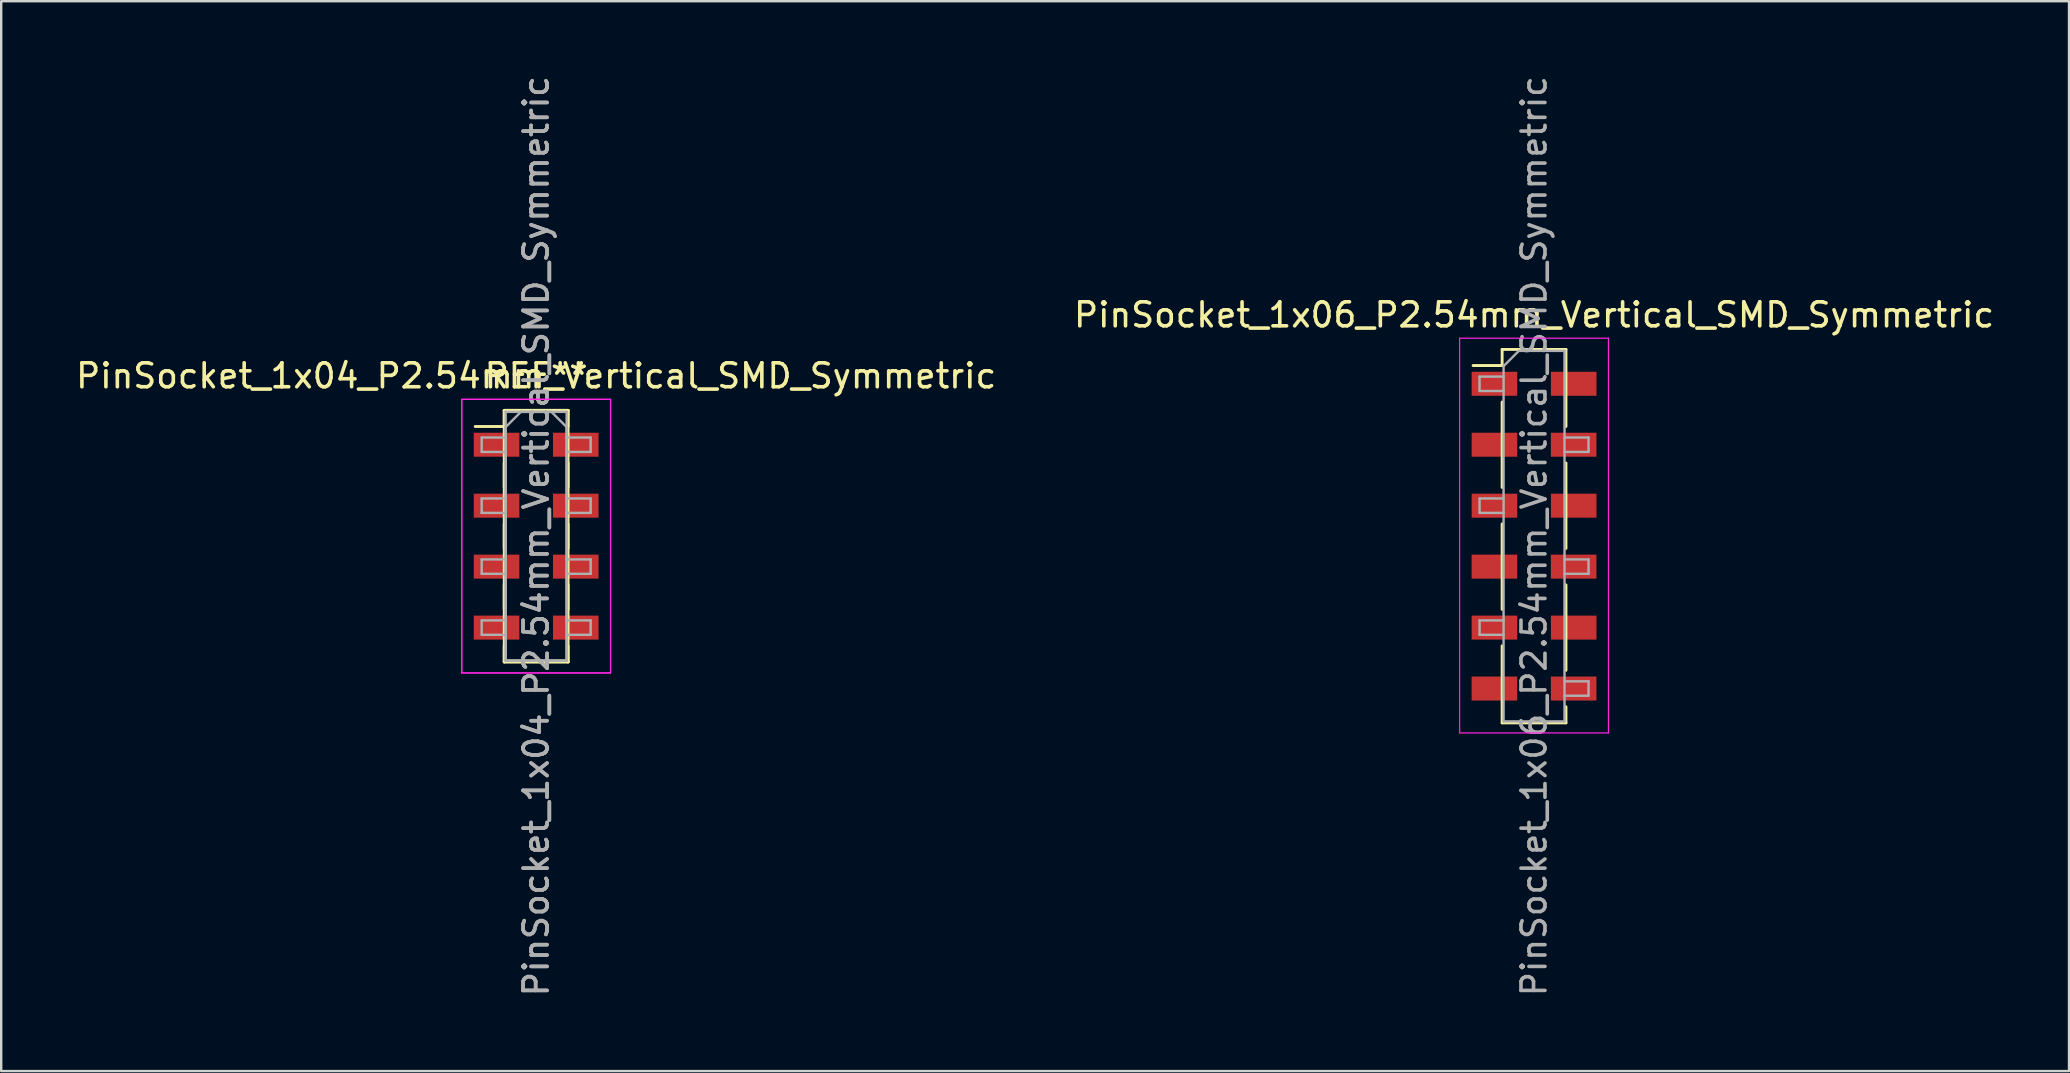
<source format=kicad_pcb>
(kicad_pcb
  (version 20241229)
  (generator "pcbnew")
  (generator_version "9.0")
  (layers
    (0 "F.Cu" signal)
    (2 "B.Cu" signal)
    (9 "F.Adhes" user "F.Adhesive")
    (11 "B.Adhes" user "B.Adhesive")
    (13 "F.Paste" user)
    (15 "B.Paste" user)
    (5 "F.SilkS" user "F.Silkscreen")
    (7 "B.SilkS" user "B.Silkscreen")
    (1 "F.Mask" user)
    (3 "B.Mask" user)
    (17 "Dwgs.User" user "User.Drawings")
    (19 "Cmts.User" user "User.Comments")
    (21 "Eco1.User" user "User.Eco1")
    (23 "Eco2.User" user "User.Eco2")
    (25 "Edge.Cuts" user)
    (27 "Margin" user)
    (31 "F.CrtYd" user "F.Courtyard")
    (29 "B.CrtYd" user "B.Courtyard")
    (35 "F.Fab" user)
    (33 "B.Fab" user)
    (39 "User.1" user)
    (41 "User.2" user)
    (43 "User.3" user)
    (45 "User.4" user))
  (footprint "PinSocket_1x04_P2.54mm_Vertical_SMD_Symmetric"
    (layer "F.Cu")
    (at 19.292 19.292)
    (property "Reference" "PinSocket_1x04_P2.54mm_Vertical_SMD_Symmetric" (at 0 -6.68 0) (layer "F.SilkS") (effects (font (size 1 1) (thickness 0.15))))
    (attr smd)
    (fp_line (start -2.54 -4.57) (end -1.33 -4.57) (stroke (width 0.12) (type solid)) (layer "F.SilkS"))
    (fp_line (start -1.33 -5.24) (end -1.33 -4.57) (stroke (width 0.12) (type solid)) (layer "F.SilkS"))
    (fp_line (start -1.33 -5.24) (end -1.33 -2.03) (stroke (width 0.12) (type solid)) (layer "F.SilkS"))
    (fp_line (start -1.33 -5.24) (end 1.33 -5.24) (stroke (width 0.12) (type solid)) (layer "F.SilkS"))
    (fp_line (start -1.33 -5.24) (end 1.33 -5.24) (stroke (width 0.12) (type solid)) (layer "F.SilkS"))
    (fp_line (start -1.33 -3.05) (end -1.33 0.51) (stroke (width 0.12) (type solid)) (layer "F.SilkS"))
    (fp_line (start -1.33 -0.51) (end -1.33 3.05) (stroke (width 0.12) (type solid)) (layer "F.SilkS"))
    (fp_line (start -1.33 2.03) (end -1.33 5.24) (stroke (width 0.12) (type solid)) (layer "F.SilkS"))
    (fp_line (start -1.33 4.57) (end -1.33 5.24) (stroke (width 0.12) (type solid)) (layer "F.SilkS"))
    (fp_line (start -1.33 5.24) (end 1.33 5.24) (stroke (width 0.12) (type solid)) (layer "F.SilkS"))
    (fp_line (start -1.33 5.24) (end 1.33 5.24) (stroke (width 0.12) (type solid)) (layer "F.SilkS"))
    (fp_line (start 1.33 -5.24) (end 1.33 -4.57) (stroke (width 0.12) (type solid)) (layer "F.SilkS"))
    (fp_line (start 1.33 -5.24) (end 1.33 -2.03) (stroke (width 0.12) (type solid)) (layer "F.SilkS"))
    (fp_line (start 1.33 -3.05) (end 1.33 0.51) (stroke (width 0.12) (type solid)) (layer "F.SilkS"))
    (fp_line (start 1.33 -0.51) (end 1.33 3.05) (stroke (width 0.12) (type solid)) (layer "F.SilkS"))
    (fp_line (start 1.33 2.03) (end 1.33 5.24) (stroke (width 0.12) (type solid)) (layer "F.SilkS"))
    (fp_line (start 1.33 4.57) (end 1.33 5.24) (stroke (width 0.12) (type solid)) (layer "F.SilkS"))
    (fp_line (start -3.1 -5.7) (end 3.1 -5.7) (stroke (width 0.05) (type solid)) (layer "F.CrtYd"))
    (fp_line (start -3.1 -5.7) (end 3.1 -5.7) (stroke (width 0.05) (type solid)) (layer "F.CrtYd"))
    (fp_line (start -3.1 5.7) (end -3.1 -5.7) (stroke (width 0.05) (type solid)) (layer "F.CrtYd"))
    (fp_line (start -3.1 5.7) (end -3.1 -5.7) (stroke (width 0.05) (type solid)) (layer "F.CrtYd"))
    (fp_line (start 3.1 -5.7) (end 3.1 5.7) (stroke (width 0.05) (type solid)) (layer "F.CrtYd"))
    (fp_line (start 3.1 -5.7) (end 3.1 5.7) (stroke (width 0.05) (type solid)) (layer "F.CrtYd"))
    (fp_line (start 3.1 5.7) (end -3.1 5.7) (stroke (width 0.05) (type solid)) (layer "F.CrtYd"))
    (fp_line (start 3.1 5.7) (end -3.1 5.7) (stroke (width 0.05) (type solid)) (layer "F.CrtYd"))
    (fp_line (start -2.27 -4.11) (end -1.27 -4.11) (stroke (width 0.1) (type solid)) (layer "F.Fab"))
    (fp_line (start -2.27 -3.51) (end -2.27 -4.11) (stroke (width 0.1) (type solid)) (layer "F.Fab"))
    (fp_line (start -2.27 -1.57) (end -1.27 -1.57) (stroke (width 0.1) (type solid)) (layer "F.Fab"))
    (fp_line (start -2.27 -0.97) (end -2.27 -1.57) (stroke (width 0.1) (type solid)) (layer "F.Fab"))
    (fp_line (start -2.27 0.97) (end -1.27 0.97) (stroke (width 0.1) (type solid)) (layer "F.Fab"))
    (fp_line (start -2.27 1.57) (end -2.27 0.97) (stroke (width 0.1) (type solid)) (layer "F.Fab"))
    (fp_line (start -2.27 3.51) (end -1.27 3.51) (stroke (width 0.1) (type solid)) (layer "F.Fab"))
    (fp_line (start -2.27 4.11) (end -2.27 3.51) (stroke (width 0.1) (type solid)) (layer "F.Fab"))
    (fp_line (start -1.27 -5.18) (end 0.635 -5.18) (stroke (width 0.1) (type solid)) (layer "F.Fab"))
    (fp_line (start -1.27 -4.545) (end -0.635 -5.18) (stroke (width 0.1) (type solid)) (layer "F.Fab"))
    (fp_line (start -1.27 -3.51) (end -2.27 -3.51) (stroke (width 0.1) (type solid)) (layer "F.Fab"))
    (fp_line (start -1.27 -0.97) (end -2.27 -0.97) (stroke (width 0.1) (type solid)) (layer "F.Fab"))
    (fp_line (start -1.27 1.57) (end -2.27 1.57) (stroke (width 0.1) (type solid)) (layer "F.Fab"))
    (fp_line (start -1.27 4.11) (end -2.27 4.11) (stroke (width 0.1) (type solid)) (layer "F.Fab"))
    (fp_line (start -1.27 5.18) (end -1.27 -5.18) (stroke (width 0.1) (type solid)) (layer "F.Fab"))
    (fp_line (start -1.27 5.18) (end -1.27 -4.545) (stroke (width 0.1) (type solid)) (layer "F.Fab"))
    (fp_line (start -0.635 -5.18) (end 1.27 -5.18) (stroke (width 0.1) (type solid)) (layer "F.Fab"))
    (fp_line (start 0.635 -5.18) (end 1.27 -4.545) (stroke (width 0.1) (type solid)) (layer "F.Fab"))
    (fp_line (start 1.27 -5.18) (end 1.27 5.18) (stroke (width 0.1) (type solid)) (layer "F.Fab"))
    (fp_line (start 1.27 -4.545) (end 1.27 5.18) (stroke (width 0.1) (type solid)) (layer "F.Fab"))
    (fp_line (start 1.27 -4.11) (end 2.27 -4.11) (stroke (width 0.1) (type solid)) (layer "F.Fab"))
    (fp_line (start 1.27 -1.57) (end 2.27 -1.57) (stroke (width 0.1) (type solid)) (layer "F.Fab"))
    (fp_line (start 1.27 0.97) (end 2.27 0.97) (stroke (width 0.1) (type solid)) (layer "F.Fab"))
    (fp_line (start 1.27 3.51) (end 2.27 3.51) (stroke (width 0.1) (type solid)) (layer "F.Fab"))
    (fp_line (start 1.27 5.18) (end -1.27 5.18) (stroke (width 0.1) (type solid)) (layer "F.Fab"))
    (fp_line (start 1.27 5.18) (end -1.27 5.18) (stroke (width 0.1) (type solid)) (layer "F.Fab"))
    (fp_line (start 2.27 -4.11) (end 2.27 -3.51) (stroke (width 0.1) (type solid)) (layer "F.Fab"))
    (fp_line (start 2.27 -3.51) (end 1.27 -3.51) (stroke (width 0.1) (type solid)) (layer "F.Fab"))
    (fp_line (start 2.27 -1.57) (end 2.27 -0.97) (stroke (width 0.1) (type solid)) (layer "F.Fab"))
    (fp_line (start 2.27 -0.97) (end 1.27 -0.97) (stroke (width 0.1) (type solid)) (layer "F.Fab"))
    (fp_line (start 2.27 0.97) (end 2.27 1.57) (stroke (width 0.1) (type solid)) (layer "F.Fab"))
    (fp_line (start 2.27 1.57) (end 1.27 1.57) (stroke (width 0.1) (type solid)) (layer "F.Fab"))
    (fp_line (start 2.27 3.51) (end 2.27 4.11) (stroke (width 0.1) (type solid)) (layer "F.Fab"))
    (fp_line (start 2.27 4.11) (end 1.27 4.11) (stroke (width 0.1) (type solid)) (layer "F.Fab"))
    (fp_text user "REF**" (at 0 -6.68 0) (layer "F.SilkS") (effects (font (size 1 1) (thickness 0.15))))
    (fp_text user "${REFERENCE}" (at 0 0 90) (layer "F.Fab") (effects (font (size 1 1) (thickness 0.15))))
    (fp_text user "${REFERENCE}" (at 0 0 90) (layer "F.Fab") (effects (font (size 1 1) (thickness 0.15))))
    (pad "1" smd rect (at -1.65 -3.81) (size 1.9 1) (layers "F.Cu" "F.Mask" "F.Paste"))
    (pad "1" smd rect (at 1.65 -3.81) (size 1.9 1) (layers "F.Cu" "F.Mask" "F.Paste"))
    (pad "2" smd rect (at -1.65 -1.27) (size 1.9 1) (layers "F.Cu" "F.Mask" "F.Paste"))
    (pad "2" smd rect (at 1.65 -1.27) (size 1.9 1) (layers "F.Cu" "F.Mask" "F.Paste"))
    (pad "3" smd rect (at -1.65 1.27) (size 1.9 1) (layers "F.Cu" "F.Mask" "F.Paste"))
    (pad "3" smd rect (at 1.65 1.27) (size 1.9 1) (layers "F.Cu" "F.Mask" "F.Paste"))
    (pad "4" smd rect (at -1.65 3.81) (size 1.9 1) (layers "F.Cu" "F.Mask" "F.Paste"))
    (pad "4" smd rect (at 1.65 3.81) (size 1.9 1) (layers "F.Cu" "F.Mask" "F.Paste")))
  (footprint "PinSocket_1x06_P2.54mm_Vertical_SMD_Symmetric"
    (layer "F.Cu")
    (at 60.875 19.292)
    (property "Reference" "PinSocket_1x06_P2.54mm_Vertical_SMD_Symmetric" (at 0 -9.22 0) (layer "F.SilkS") (effects (font (size 1 1) (thickness 0.15))))
    (attr smd)
    (fp_line (start -2.54 -7.11) (end -1.33 -7.11) (stroke (width 0.12) (type solid)) (layer "F.SilkS"))
    (fp_line (start -1.33 -7.78) (end -1.33 -7.11) (stroke (width 0.12) (type solid)) (layer "F.SilkS"))
    (fp_line (start -1.33 -7.78) (end 1.33 -7.78) (stroke (width 0.12) (type solid)) (layer "F.SilkS"))
    (fp_line (start -1.33 -5.59) (end -1.33 -2.03) (stroke (width 0.12) (type solid)) (layer "F.SilkS"))
    (fp_line (start -1.33 -0.51) (end -1.33 3.05) (stroke (width 0.12) (type solid)) (layer "F.SilkS"))
    (fp_line (start -1.33 4.57) (end -1.33 7.78) (stroke (width 0.12) (type solid)) (layer "F.SilkS"))
    (fp_line (start -1.33 7.78) (end 1.33 7.78) (stroke (width 0.12) (type solid)) (layer "F.SilkS"))
    (fp_line (start 1.33 -7.78) (end 1.33 -4.57) (stroke (width 0.12) (type solid)) (layer "F.SilkS"))
    (fp_line (start 1.33 -3.05) (end 1.33 0.51) (stroke (width 0.12) (type solid)) (layer "F.SilkS"))
    (fp_line (start 1.33 2.03) (end 1.33 5.59) (stroke (width 0.12) (type solid)) (layer "F.SilkS"))
    (fp_line (start 1.33 7.11) (end 1.33 7.78) (stroke (width 0.12) (type solid)) (layer "F.SilkS"))
    (fp_line (start -3.1 -8.25) (end 3.1 -8.25) (stroke (width 0.05) (type solid)) (layer "F.CrtYd"))
    (fp_line (start -3.1 8.2) (end -3.1 -8.25) (stroke (width 0.05) (type solid)) (layer "F.CrtYd"))
    (fp_line (start 3.1 -8.25) (end 3.1 8.2) (stroke (width 0.05) (type solid)) (layer "F.CrtYd"))
    (fp_line (start 3.1 8.2) (end -3.1 8.2) (stroke (width 0.05) (type solid)) (layer "F.CrtYd"))
    (fp_line (start -2.27 -6.65) (end -1.27 -6.65) (stroke (width 0.1) (type solid)) (layer "F.Fab"))
    (fp_line (start -2.27 -6.05) (end -2.27 -6.65) (stroke (width 0.1) (type solid)) (layer "F.Fab"))
    (fp_line (start -2.27 -1.57) (end -1.27 -1.57) (stroke (width 0.1) (type solid)) (layer "F.Fab"))
    (fp_line (start -2.27 -0.97) (end -2.27 -1.57) (stroke (width 0.1) (type solid)) (layer "F.Fab"))
    (fp_line (start -2.27 3.51) (end -1.27 3.51) (stroke (width 0.1) (type solid)) (layer "F.Fab"))
    (fp_line (start -2.27 4.11) (end -2.27 3.51) (stroke (width 0.1) (type solid)) (layer "F.Fab"))
    (fp_line (start -1.27 -7.085) (end -0.635 -7.72) (stroke (width 0.1) (type solid)) (layer "F.Fab"))
    (fp_line (start -1.27 -6.05) (end -2.27 -6.05) (stroke (width 0.1) (type solid)) (layer "F.Fab"))
    (fp_line (start -1.27 -0.97) (end -2.27 -0.97) (stroke (width 0.1) (type solid)) (layer "F.Fab"))
    (fp_line (start -1.27 4.11) (end -2.27 4.11) (stroke (width 0.1) (type solid)) (layer "F.Fab"))
    (fp_line (start -1.27 7.72) (end -1.27 -7.085) (stroke (width 0.1) (type solid)) (layer "F.Fab"))
    (fp_line (start -0.635 -7.72) (end 1.27 -7.72) (stroke (width 0.1) (type solid)) (layer "F.Fab"))
    (fp_line (start 1.27 -7.72) (end 1.27 7.72) (stroke (width 0.1) (type solid)) (layer "F.Fab"))
    (fp_line (start 1.27 -4.11) (end 2.27 -4.11) (stroke (width 0.1) (type solid)) (layer "F.Fab"))
    (fp_line (start 1.27 0.97) (end 2.27 0.97) (stroke (width 0.1) (type solid)) (layer "F.Fab"))
    (fp_line (start 1.27 6.05) (end 2.27 6.05) (stroke (width 0.1) (type solid)) (layer "F.Fab"))
    (fp_line (start 1.27 7.72) (end -1.27 7.72) (stroke (width 0.1) (type solid)) (layer "F.Fab"))
    (fp_line (start 2.27 -4.11) (end 2.27 -3.51) (stroke (width 0.1) (type solid)) (layer "F.Fab"))
    (fp_line (start 2.27 -3.51) (end 1.27 -3.51) (stroke (width 0.1) (type solid)) (layer "F.Fab"))
    (fp_line (start 2.27 0.97) (end 2.27 1.57) (stroke (width 0.1) (type solid)) (layer "F.Fab"))
    (fp_line (start 2.27 1.57) (end 1.27 1.57) (stroke (width 0.1) (type solid)) (layer "F.Fab"))
    (fp_line (start 2.27 6.05) (end 2.27 6.65) (stroke (width 0.1) (type solid)) (layer "F.Fab"))
    (fp_line (start 2.27 6.65) (end 1.27 6.65) (stroke (width 0.1) (type solid)) (layer "F.Fab"))
    (fp_text user "${REFERENCE}" (at 0 0 90) (layer "F.Fab") (effects (font (size 1 1) (thickness 0.15))))
    (pad "1" smd rect (at -1.65 -6.35) (size 1.9 1) (layers "F.Cu" "F.Mask" "F.Paste"))
    (pad "1" smd rect (at 1.652 -6.35) (size 1.9 1) (layers "F.Cu" "F.Mask" "F.Paste"))
    (pad "2" smd rect (at -1.65 -3.81) (size 1.9 1) (layers "F.Cu" "F.Mask" "F.Paste"))
    (pad "2" smd rect (at 1.65 -3.81) (size 1.9 1) (layers "F.Cu" "F.Mask" "F.Paste"))
    (pad "3" smd rect (at -1.65 -1.27) (size 1.9 1) (layers "F.Cu" "F.Mask" "F.Paste"))
    (pad "3" smd rect (at 1.652 -1.27) (size 1.9 1) (layers "F.Cu" "F.Mask" "F.Paste"))
    (pad "4" smd rect (at -1.652 1.27) (size 1.9 1) (layers "F.Cu" "F.Mask" "F.Paste"))
    (pad "4" smd rect (at 1.65 1.27) (size 1.9 1) (layers "F.Cu" "F.Mask" "F.Paste"))
    (pad "5" smd rect (at -1.65 3.81) (size 1.9 1) (layers "F.Cu" "F.Mask" "F.Paste"))
    (pad "5" smd rect (at 1.652 3.81) (size 1.9 1) (layers "F.Cu" "F.Mask" "F.Paste"))
    (pad "6" smd rect (at -1.652 6.35) (size 1.9 1) (layers "F.Cu" "F.Mask" "F.Paste"))
    (pad "6" smd rect (at 1.65 6.35) (size 1.9 1) (layers "F.Cu" "F.Mask" "F.Paste")))
  (gr_rect
    (start -3 -3)
    (end 83.167 41.583)
    (stroke (width 0.1) (type default))
    (fill no)
    (layer "Edge.Cuts")))
</source>
